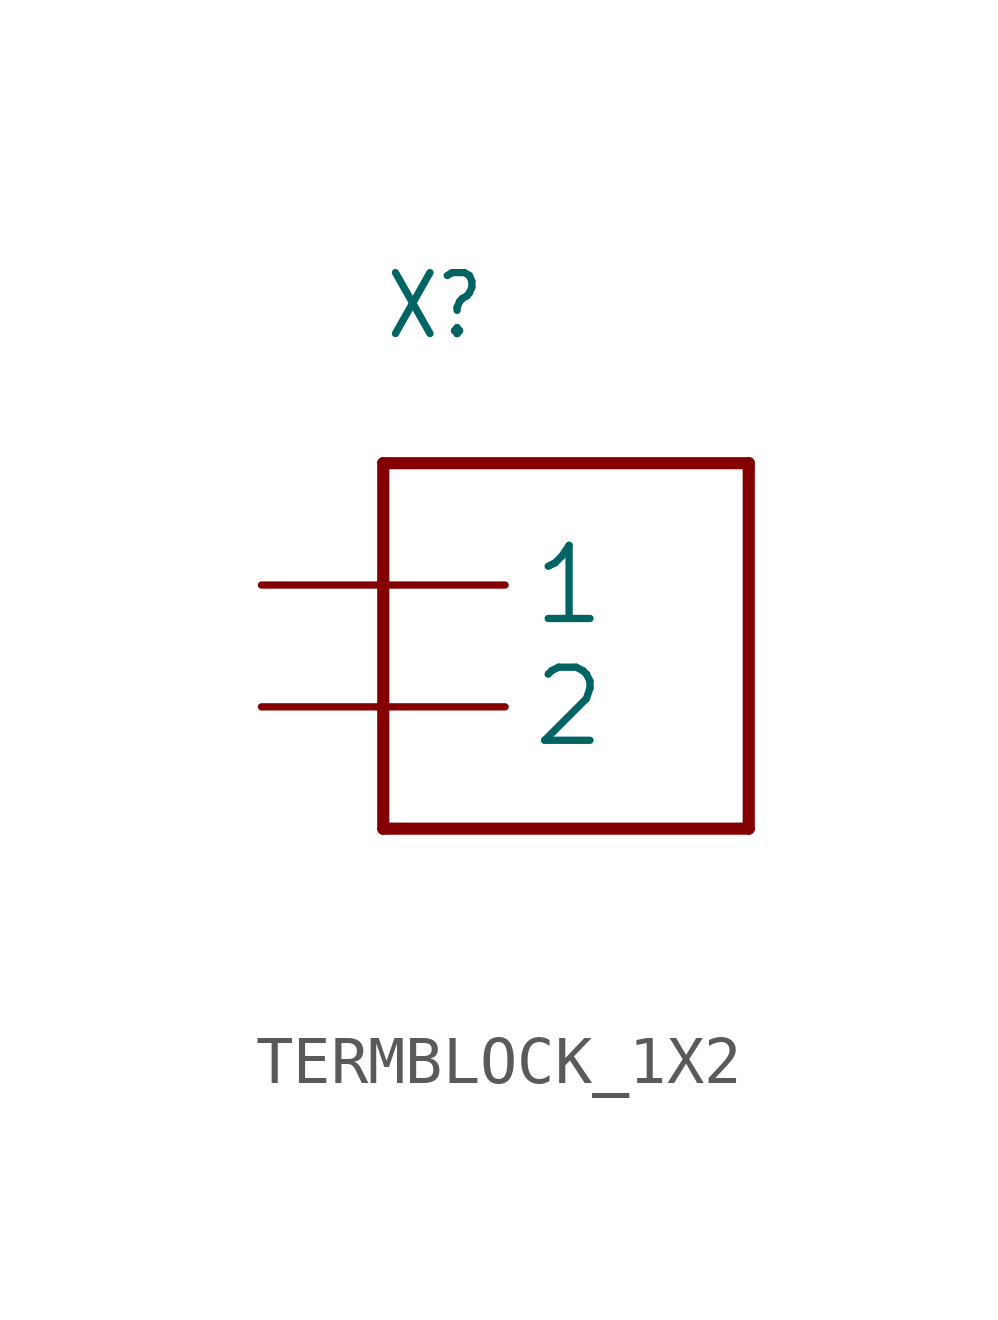
<source format=kicad_sym>
(kicad_symbol_lib
  (version 20241209)
  (generator "kicad_symbol_editor")
  (generator_version "9.0")
  (symbol "TERMBLOCK_1X2"
    (property "Reference" "X"
      (at -2.54 7.62 0)
      (effects (font (size 1.27 1.079)) (justify left bottom)))
    (property "Value" ""
      (at -2.54 -5.08 0)
      (effects (font (size 1.27 1.079)) (justify left bottom)))
    (property "ki_locked" ""
      (at 0 0 0)
      (effects (font (size 1.27 1.27))))
    (symbol "TERMBLOCK_1X2_1_0"
      (polyline (pts (xy -2.54 5.08) (xy -2.54 -2.54)) (stroke (width 0.254) (type solid)) (fill (type none)))
      (polyline (pts (xy -2.54 -2.54) (xy 5.08 -2.54)) (stroke (width 0.254) (type solid)) (fill (type none)))
      (polyline (pts (xy 5.08 5.08) (xy -2.54 5.08)) (stroke (width 0.254) (type solid)) (fill (type none)))
      (polyline (pts (xy 5.08 -2.54) (xy 5.08 5.08)) (stroke (width 0.254) (type solid)) (fill (type none)))
      (pin passive line (at -5.08 2.54 0) (length 5.08) (name "1" (effects (font (size 1.524 1.524)))) (number "1" (effects (font (size 0 0)))))
      (pin passive line (at -5.08 0 0) (length 5.08) (name "2" (effects (font (size 1.524 1.524)))) (number "2" (effects (font (size 0 0))))))))
</source>
